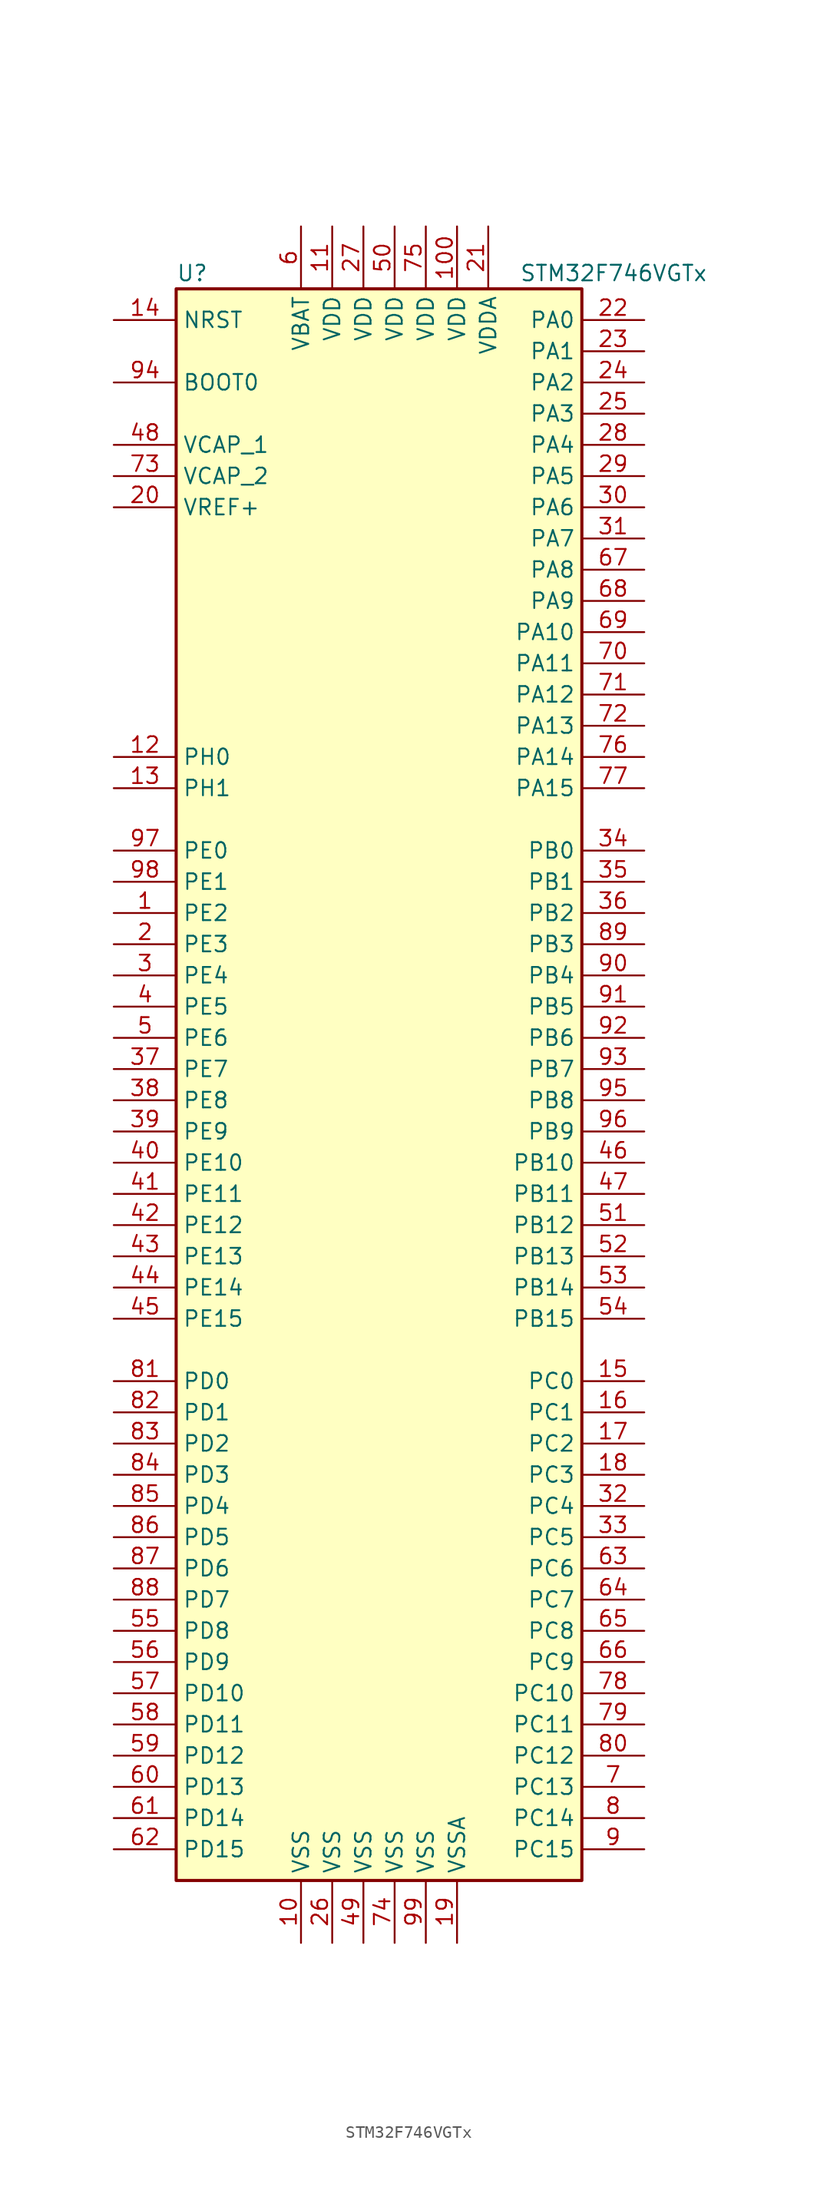
<source format=kicad_sym>
(kicad_symbol_lib
  (version 20211014)
  (generator kicad_symbol_editor)
  (symbol "STM32F746VGTx"
    (property "Reference" "U"
      (at -17.78 64.77 0)
      (effects (font (size 1.27 1.27)) (justify left)))
    (property "Value" "STM32F746VGTx"
      (at 10.16 64.77 0)
      (effects (font (size 1.27 1.27)) (justify left)))
    (symbol "STM32F746VGTx_0_1"
      (rectangle (start -17.78 -66.04) (end 15.24 63.5) (stroke (width 0.254) (type default) (color 0 0 0 0)) (fill (type background))))
    (symbol "STM32F746VGTx_1_1"
      (pin bidirectional line (at -22.86 12.7 0) (length 5.08) (name "PE2" (effects (font (size 1.27 1.27)))) (number "1" (effects (font (size 1.27 1.27)))))
      (pin power_in line (at -7.62 -71.12 90) (length 5.08) (name "VSS" (effects (font (size 1.27 1.27)))) (number "10" (effects (font (size 1.27 1.27)))))
      (pin power_in line (at 5.08 68.58 270) (length 5.08) (name "VDD" (effects (font (size 1.27 1.27)))) (number "100" (effects (font (size 1.27 1.27)))))
      (pin power_in line (at -5.08 68.58 270) (length 5.08) (name "VDD" (effects (font (size 1.27 1.27)))) (number "11" (effects (font (size 1.27 1.27)))))
      (pin input line (at -22.86 25.4 0) (length 5.08) (name "PH0" (effects (font (size 1.27 1.27)))) (number "12" (effects (font (size 1.27 1.27)))))
      (pin input line (at -22.86 22.86 0) (length 5.08) (name "PH1" (effects (font (size 1.27 1.27)))) (number "13" (effects (font (size 1.27 1.27)))))
      (pin input line (at -22.86 60.96 0) (length 5.08) (name "NRST" (effects (font (size 1.27 1.27)))) (number "14" (effects (font (size 1.27 1.27)))))
      (pin bidirectional line (at 20.32 -25.4 180) (length 5.08) (name "PC0" (effects (font (size 1.27 1.27)))) (number "15" (effects (font (size 1.27 1.27)))))
      (pin bidirectional line (at 20.32 -27.94 180) (length 5.08) (name "PC1" (effects (font (size 1.27 1.27)))) (number "16" (effects (font (size 1.27 1.27)))))
      (pin bidirectional line (at 20.32 -30.48 180) (length 5.08) (name "PC2" (effects (font (size 1.27 1.27)))) (number "17" (effects (font (size 1.27 1.27)))))
      (pin bidirectional line (at 20.32 -33.02 180) (length 5.08) (name "PC3" (effects (font (size 1.27 1.27)))) (number "18" (effects (font (size 1.27 1.27)))))
      (pin power_in line (at 5.08 -71.12 90) (length 5.08) (name "VSSA" (effects (font (size 1.27 1.27)))) (number "19" (effects (font (size 1.27 1.27)))))
      (pin bidirectional line (at -22.86 10.16 0) (length 5.08) (name "PE3" (effects (font (size 1.27 1.27)))) (number "2" (effects (font (size 1.27 1.27)))))
      (pin power_in line (at -22.86 45.72 0) (length 5.08) (name "VREF+" (effects (font (size 1.27 1.27)))) (number "20" (effects (font (size 1.27 1.27)))))
      (pin power_in line (at 7.62 68.58 270) (length 5.08) (name "VDDA" (effects (font (size 1.27 1.27)))) (number "21" (effects (font (size 1.27 1.27)))))
      (pin bidirectional line (at 20.32 60.96 180) (length 5.08) (name "PA0" (effects (font (size 1.27 1.27)))) (number "22" (effects (font (size 1.27 1.27)))))
      (pin bidirectional line (at 20.32 58.42 180) (length 5.08) (name "PA1" (effects (font (size 1.27 1.27)))) (number "23" (effects (font (size 1.27 1.27)))))
      (pin bidirectional line (at 20.32 55.88 180) (length 5.08) (name "PA2" (effects (font (size 1.27 1.27)))) (number "24" (effects (font (size 1.27 1.27)))))
      (pin bidirectional line (at 20.32 53.34 180) (length 5.08) (name "PA3" (effects (font (size 1.27 1.27)))) (number "25" (effects (font (size 1.27 1.27)))))
      (pin power_in line (at -5.08 -71.12 90) (length 5.08) (name "VSS" (effects (font (size 1.27 1.27)))) (number "26" (effects (font (size 1.27 1.27)))))
      (pin power_in line (at -2.54 68.58 270) (length 5.08) (name "VDD" (effects (font (size 1.27 1.27)))) (number "27" (effects (font (size 1.27 1.27)))))
      (pin bidirectional line (at 20.32 50.8 180) (length 5.08) (name "PA4" (effects (font (size 1.27 1.27)))) (number "28" (effects (font (size 1.27 1.27)))))
      (pin bidirectional line (at 20.32 48.26 180) (length 5.08) (name "PA5" (effects (font (size 1.27 1.27)))) (number "29" (effects (font (size 1.27 1.27)))))
      (pin bidirectional line (at -22.86 7.62 0) (length 5.08) (name "PE4" (effects (font (size 1.27 1.27)))) (number "3" (effects (font (size 1.27 1.27)))))
      (pin bidirectional line (at 20.32 45.72 180) (length 5.08) (name "PA6" (effects (font (size 1.27 1.27)))) (number "30" (effects (font (size 1.27 1.27)))))
      (pin bidirectional line (at 20.32 43.18 180) (length 5.08) (name "PA7" (effects (font (size 1.27 1.27)))) (number "31" (effects (font (size 1.27 1.27)))))
      (pin bidirectional line (at 20.32 -35.56 180) (length 5.08) (name "PC4" (effects (font (size 1.27 1.27)))) (number "32" (effects (font (size 1.27 1.27)))))
      (pin bidirectional line (at 20.32 -38.1 180) (length 5.08) (name "PC5" (effects (font (size 1.27 1.27)))) (number "33" (effects (font (size 1.27 1.27)))))
      (pin bidirectional line (at 20.32 17.78 180) (length 5.08) (name "PB0" (effects (font (size 1.27 1.27)))) (number "34" (effects (font (size 1.27 1.27)))))
      (pin bidirectional line (at 20.32 15.24 180) (length 5.08) (name "PB1" (effects (font (size 1.27 1.27)))) (number "35" (effects (font (size 1.27 1.27)))))
      (pin bidirectional line (at 20.32 12.7 180) (length 5.08) (name "PB2" (effects (font (size 1.27 1.27)))) (number "36" (effects (font (size 1.27 1.27)))))
      (pin bidirectional line (at -22.86 0 0) (length 5.08) (name "PE7" (effects (font (size 1.27 1.27)))) (number "37" (effects (font (size 1.27 1.27)))))
      (pin bidirectional line (at -22.86 -2.54 0) (length 5.08) (name "PE8" (effects (font (size 1.27 1.27)))) (number "38" (effects (font (size 1.27 1.27)))))
      (pin bidirectional line (at -22.86 -5.08 0) (length 5.08) (name "PE9" (effects (font (size 1.27 1.27)))) (number "39" (effects (font (size 1.27 1.27)))))
      (pin bidirectional line (at -22.86 5.08 0) (length 5.08) (name "PE5" (effects (font (size 1.27 1.27)))) (number "4" (effects (font (size 1.27 1.27)))))
      (pin bidirectional line (at -22.86 -7.62 0) (length 5.08) (name "PE10" (effects (font (size 1.27 1.27)))) (number "40" (effects (font (size 1.27 1.27)))))
      (pin bidirectional line (at -22.86 -10.16 0) (length 5.08) (name "PE11" (effects (font (size 1.27 1.27)))) (number "41" (effects (font (size 1.27 1.27)))))
      (pin bidirectional line (at -22.86 -12.7 0) (length 5.08) (name "PE12" (effects (font (size 1.27 1.27)))) (number "42" (effects (font (size 1.27 1.27)))))
      (pin bidirectional line (at -22.86 -15.24 0) (length 5.08) (name "PE13" (effects (font (size 1.27 1.27)))) (number "43" (effects (font (size 1.27 1.27)))))
      (pin bidirectional line (at -22.86 -17.78 0) (length 5.08) (name "PE14" (effects (font (size 1.27 1.27)))) (number "44" (effects (font (size 1.27 1.27)))))
      (pin bidirectional line (at -22.86 -20.32 0) (length 5.08) (name "PE15" (effects (font (size 1.27 1.27)))) (number "45" (effects (font (size 1.27 1.27)))))
      (pin bidirectional line (at 20.32 -7.62 180) (length 5.08) (name "PB10" (effects (font (size 1.27 1.27)))) (number "46" (effects (font (size 1.27 1.27)))))
      (pin bidirectional line (at 20.32 -10.16 180) (length 5.08) (name "PB11" (effects (font (size 1.27 1.27)))) (number "47" (effects (font (size 1.27 1.27)))))
      (pin power_in line (at -22.86 50.8 0) (length 5.08) (name "VCAP_1" (effects (font (size 1.27 1.27)))) (number "48" (effects (font (size 1.27 1.27)))))
      (pin power_in line (at -2.54 -71.12 90) (length 5.08) (name "VSS" (effects (font (size 1.27 1.27)))) (number "49" (effects (font (size 1.27 1.27)))))
      (pin bidirectional line (at -22.86 2.54 0) (length 5.08) (name "PE6" (effects (font (size 1.27 1.27)))) (number "5" (effects (font (size 1.27 1.27)))))
      (pin power_in line (at 0 68.58 270) (length 5.08) (name "VDD" (effects (font (size 1.27 1.27)))) (number "50" (effects (font (size 1.27 1.27)))))
      (pin bidirectional line (at 20.32 -12.7 180) (length 5.08) (name "PB12" (effects (font (size 1.27 1.27)))) (number "51" (effects (font (size 1.27 1.27)))))
      (pin bidirectional line (at 20.32 -15.24 180) (length 5.08) (name "PB13" (effects (font (size 1.27 1.27)))) (number "52" (effects (font (size 1.27 1.27)))))
      (pin bidirectional line (at 20.32 -17.78 180) (length 5.08) (name "PB14" (effects (font (size 1.27 1.27)))) (number "53" (effects (font (size 1.27 1.27)))))
      (pin bidirectional line (at 20.32 -20.32 180) (length 5.08) (name "PB15" (effects (font (size 1.27 1.27)))) (number "54" (effects (font (size 1.27 1.27)))))
      (pin bidirectional line (at -22.86 -45.72 0) (length 5.08) (name "PD8" (effects (font (size 1.27 1.27)))) (number "55" (effects (font (size 1.27 1.27)))))
      (pin bidirectional line (at -22.86 -48.26 0) (length 5.08) (name "PD9" (effects (font (size 1.27 1.27)))) (number "56" (effects (font (size 1.27 1.27)))))
      (pin bidirectional line (at -22.86 -50.8 0) (length 5.08) (name "PD10" (effects (font (size 1.27 1.27)))) (number "57" (effects (font (size 1.27 1.27)))))
      (pin bidirectional line (at -22.86 -53.34 0) (length 5.08) (name "PD11" (effects (font (size 1.27 1.27)))) (number "58" (effects (font (size 1.27 1.27)))))
      (pin bidirectional line (at -22.86 -55.88 0) (length 5.08) (name "PD12" (effects (font (size 1.27 1.27)))) (number "59" (effects (font (size 1.27 1.27)))))
      (pin power_in line (at -7.62 68.58 270) (length 5.08) (name "VBAT" (effects (font (size 1.27 1.27)))) (number "6" (effects (font (size 1.27 1.27)))))
      (pin bidirectional line (at -22.86 -58.42 0) (length 5.08) (name "PD13" (effects (font (size 1.27 1.27)))) (number "60" (effects (font (size 1.27 1.27)))))
      (pin bidirectional line (at -22.86 -60.96 0) (length 5.08) (name "PD14" (effects (font (size 1.27 1.27)))) (number "61" (effects (font (size 1.27 1.27)))))
      (pin bidirectional line (at -22.86 -63.5 0) (length 5.08) (name "PD15" (effects (font (size 1.27 1.27)))) (number "62" (effects (font (size 1.27 1.27)))))
      (pin bidirectional line (at 20.32 -40.64 180) (length 5.08) (name "PC6" (effects (font (size 1.27 1.27)))) (number "63" (effects (font (size 1.27 1.27)))))
      (pin bidirectional line (at 20.32 -43.18 180) (length 5.08) (name "PC7" (effects (font (size 1.27 1.27)))) (number "64" (effects (font (size 1.27 1.27)))))
      (pin bidirectional line (at 20.32 -45.72 180) (length 5.08) (name "PC8" (effects (font (size 1.27 1.27)))) (number "65" (effects (font (size 1.27 1.27)))))
      (pin bidirectional line (at 20.32 -48.26 180) (length 5.08) (name "PC9" (effects (font (size 1.27 1.27)))) (number "66" (effects (font (size 1.27 1.27)))))
      (pin bidirectional line (at 20.32 40.64 180) (length 5.08) (name "PA8" (effects (font (size 1.27 1.27)))) (number "67" (effects (font (size 1.27 1.27)))))
      (pin bidirectional line (at 20.32 38.1 180) (length 5.08) (name "PA9" (effects (font (size 1.27 1.27)))) (number "68" (effects (font (size 1.27 1.27)))))
      (pin bidirectional line (at 20.32 35.56 180) (length 5.08) (name "PA10" (effects (font (size 1.27 1.27)))) (number "69" (effects (font (size 1.27 1.27)))))
      (pin bidirectional line (at 20.32 -58.42 180) (length 5.08) (name "PC13" (effects (font (size 1.27 1.27)))) (number "7" (effects (font (size 1.27 1.27)))))
      (pin bidirectional line (at 20.32 33.02 180) (length 5.08) (name "PA11" (effects (font (size 1.27 1.27)))) (number "70" (effects (font (size 1.27 1.27)))))
      (pin bidirectional line (at 20.32 30.48 180) (length 5.08) (name "PA12" (effects (font (size 1.27 1.27)))) (number "71" (effects (font (size 1.27 1.27)))))
      (pin bidirectional line (at 20.32 27.94 180) (length 5.08) (name "PA13" (effects (font (size 1.27 1.27)))) (number "72" (effects (font (size 1.27 1.27)))))
      (pin power_in line (at -22.86 48.26 0) (length 5.08) (name "VCAP_2" (effects (font (size 1.27 1.27)))) (number "73" (effects (font (size 1.27 1.27)))))
      (pin power_in line (at 0 -71.12 90) (length 5.08) (name "VSS" (effects (font (size 1.27 1.27)))) (number "74" (effects (font (size 1.27 1.27)))))
      (pin power_in line (at 2.54 68.58 270) (length 5.08) (name "VDD" (effects (font (size 1.27 1.27)))) (number "75" (effects (font (size 1.27 1.27)))))
      (pin bidirectional line (at 20.32 25.4 180) (length 5.08) (name "PA14" (effects (font (size 1.27 1.27)))) (number "76" (effects (font (size 1.27 1.27)))))
      (pin bidirectional line (at 20.32 22.86 180) (length 5.08) (name "PA15" (effects (font (size 1.27 1.27)))) (number "77" (effects (font (size 1.27 1.27)))))
      (pin bidirectional line (at 20.32 -50.8 180) (length 5.08) (name "PC10" (effects (font (size 1.27 1.27)))) (number "78" (effects (font (size 1.27 1.27)))))
      (pin bidirectional line (at 20.32 -53.34 180) (length 5.08) (name "PC11" (effects (font (size 1.27 1.27)))) (number "79" (effects (font (size 1.27 1.27)))))
      (pin bidirectional line (at 20.32 -60.96 180) (length 5.08) (name "PC14" (effects (font (size 1.27 1.27)))) (number "8" (effects (font (size 1.27 1.27)))))
      (pin bidirectional line (at 20.32 -55.88 180) (length 5.08) (name "PC12" (effects (font (size 1.27 1.27)))) (number "80" (effects (font (size 1.27 1.27)))))
      (pin bidirectional line (at -22.86 -25.4 0) (length 5.08) (name "PD0" (effects (font (size 1.27 1.27)))) (number "81" (effects (font (size 1.27 1.27)))))
      (pin bidirectional line (at -22.86 -27.94 0) (length 5.08) (name "PD1" (effects (font (size 1.27 1.27)))) (number "82" (effects (font (size 1.27 1.27)))))
      (pin bidirectional line (at -22.86 -30.48 0) (length 5.08) (name "PD2" (effects (font (size 1.27 1.27)))) (number "83" (effects (font (size 1.27 1.27)))))
      (pin bidirectional line (at -22.86 -33.02 0) (length 5.08) (name "PD3" (effects (font (size 1.27 1.27)))) (number "84" (effects (font (size 1.27 1.27)))))
      (pin bidirectional line (at -22.86 -35.56 0) (length 5.08) (name "PD4" (effects (font (size 1.27 1.27)))) (number "85" (effects (font (size 1.27 1.27)))))
      (pin bidirectional line (at -22.86 -38.1 0) (length 5.08) (name "PD5" (effects (font (size 1.27 1.27)))) (number "86" (effects (font (size 1.27 1.27)))))
      (pin bidirectional line (at -22.86 -40.64 0) (length 5.08) (name "PD6" (effects (font (size 1.27 1.27)))) (number "87" (effects (font (size 1.27 1.27)))))
      (pin bidirectional line (at -22.86 -43.18 0) (length 5.08) (name "PD7" (effects (font (size 1.27 1.27)))) (number "88" (effects (font (size 1.27 1.27)))))
      (pin bidirectional line (at 20.32 10.16 180) (length 5.08) (name "PB3" (effects (font (size 1.27 1.27)))) (number "89" (effects (font (size 1.27 1.27)))))
      (pin bidirectional line (at 20.32 -63.5 180) (length 5.08) (name "PC15" (effects (font (size 1.27 1.27)))) (number "9" (effects (font (size 1.27 1.27)))))
      (pin bidirectional line (at 20.32 7.62 180) (length 5.08) (name "PB4" (effects (font (size 1.27 1.27)))) (number "90" (effects (font (size 1.27 1.27)))))
      (pin bidirectional line (at 20.32 5.08 180) (length 5.08) (name "PB5" (effects (font (size 1.27 1.27)))) (number "91" (effects (font (size 1.27 1.27)))))
      (pin bidirectional line (at 20.32 2.54 180) (length 5.08) (name "PB6" (effects (font (size 1.27 1.27)))) (number "92" (effects (font (size 1.27 1.27)))))
      (pin bidirectional line (at 20.32 0 180) (length 5.08) (name "PB7" (effects (font (size 1.27 1.27)))) (number "93" (effects (font (size 1.27 1.27)))))
      (pin input line (at -22.86 55.88 0) (length 5.08) (name "BOOT0" (effects (font (size 1.27 1.27)))) (number "94" (effects (font (size 1.27 1.27)))))
      (pin bidirectional line (at 20.32 -2.54 180) (length 5.08) (name "PB8" (effects (font (size 1.27 1.27)))) (number "95" (effects (font (size 1.27 1.27)))))
      (pin bidirectional line (at 20.32 -5.08 180) (length 5.08) (name "PB9" (effects (font (size 1.27 1.27)))) (number "96" (effects (font (size 1.27 1.27)))))
      (pin bidirectional line (at -22.86 17.78 0) (length 5.08) (name "PE0" (effects (font (size 1.27 1.27)))) (number "97" (effects (font (size 1.27 1.27)))))
      (pin bidirectional line (at -22.86 15.24 0) (length 5.08) (name "PE1" (effects (font (size 1.27 1.27)))) (number "98" (effects (font (size 1.27 1.27)))))
      (pin power_in line (at 2.54 -71.12 90) (length 5.08) (name "VSS" (effects (font (size 1.27 1.27)))) (number "99" (effects (font (size 1.27 1.27))))))))
</source>
